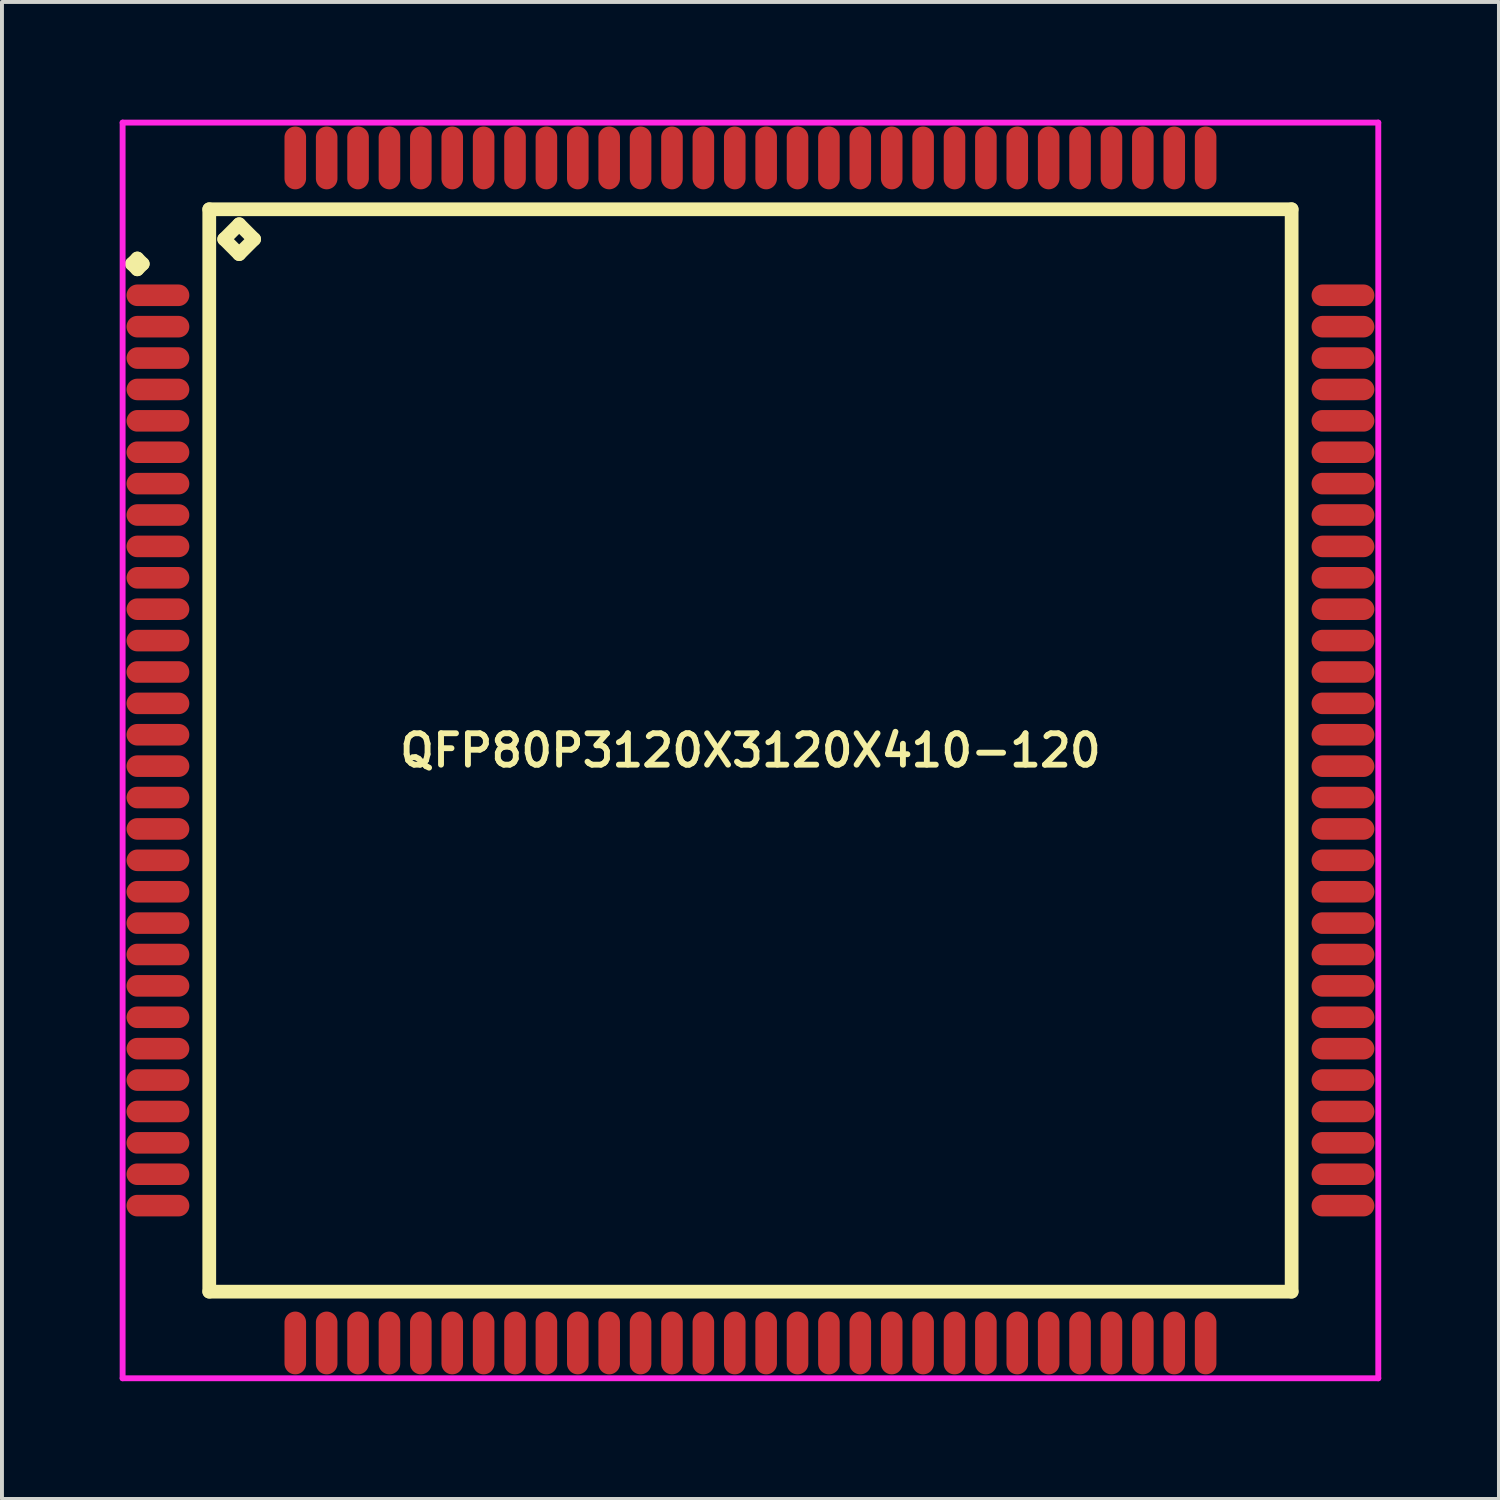
<source format=kicad_pcb>
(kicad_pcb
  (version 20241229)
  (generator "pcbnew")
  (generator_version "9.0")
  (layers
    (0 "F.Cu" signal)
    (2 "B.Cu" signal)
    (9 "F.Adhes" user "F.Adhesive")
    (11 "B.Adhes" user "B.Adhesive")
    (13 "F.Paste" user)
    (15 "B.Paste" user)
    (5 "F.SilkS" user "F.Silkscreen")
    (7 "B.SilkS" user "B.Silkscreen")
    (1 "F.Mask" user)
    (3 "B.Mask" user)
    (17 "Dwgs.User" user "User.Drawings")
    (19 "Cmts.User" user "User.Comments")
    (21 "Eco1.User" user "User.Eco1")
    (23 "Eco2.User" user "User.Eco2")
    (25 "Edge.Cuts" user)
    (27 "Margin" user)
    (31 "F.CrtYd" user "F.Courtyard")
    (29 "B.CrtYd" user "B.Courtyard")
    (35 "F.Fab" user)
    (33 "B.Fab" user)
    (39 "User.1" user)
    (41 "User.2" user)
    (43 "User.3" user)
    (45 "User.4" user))
  (footprint "QFP80P3120X3120X410-120"
    (layer "F.Cu")
    (at 16.075 16.075)
    (property "Reference" "QFP80P3120X3120X410-120" (at 0 0 0) (layer "F.SilkS") (effects (font (size 0.8 0.8) (thickness 0.15))))
    (attr smd)
    (fp_line (start -15.762 -12.4) (end -15.625 -12.537) (stroke (width 0.35) (type solid)) (layer "F.SilkS"))
    (fp_line (start -15.625 -12.537) (end -15.488 -12.4) (stroke (width 0.35) (type solid)) (layer "F.SilkS"))
    (fp_line (start -15.625 -12.262) (end -15.762 -12.4) (stroke (width 0.35) (type solid)) (layer "F.SilkS"))
    (fp_line (start -15.488 -12.4) (end -15.625 -12.262) (stroke (width 0.35) (type solid)) (layer "F.SilkS"))
    (fp_line (start -13.792 -13.792) (end -13.792 13.792) (stroke (width 0.35) (type solid)) (layer "F.SilkS"))
    (fp_line (start -13.792 13.792) (end 13.792 13.792) (stroke (width 0.35) (type solid)) (layer "F.SilkS"))
    (fp_line (start -13.411 -13.03) (end -13.03 -13.411) (stroke (width 0.35) (type solid)) (layer "F.SilkS"))
    (fp_line (start -13.03 -13.411) (end -12.649 -13.03) (stroke (width 0.35) (type solid)) (layer "F.SilkS"))
    (fp_line (start -13.03 -12.649) (end -13.411 -13.03) (stroke (width 0.35) (type solid)) (layer "F.SilkS"))
    (fp_line (start -12.649 -13.03) (end -13.03 -12.649) (stroke (width 0.35) (type solid)) (layer "F.SilkS"))
    (fp_line (start 13.792 -13.792) (end -13.792 -13.792) (stroke (width 0.35) (type solid)) (layer "F.SilkS"))
    (fp_line (start 13.792 13.792) (end 13.792 -13.792) (stroke (width 0.35) (type solid)) (layer "F.SilkS"))
    (fp_line (start -16 -16) (end 16 -16) (stroke (width 0.15) (type solid)) (layer "F.CrtYd"))
    (fp_line (start -16 16) (end -16 -16) (stroke (width 0.15) (type solid)) (layer "F.CrtYd"))
    (fp_line (start 16 -16) (end 16 16) (stroke (width 0.15) (type solid)) (layer "F.CrtYd"))
    (fp_line (start 16 16) (end -16 16) (stroke (width 0.15) (type solid)) (layer "F.CrtYd"))
    (pad "1" smd oval (at -15.1 -11.6) (size 1.6 0.55) (layers "F.Cu" "F.Mask" "F.Paste"))
    (pad "2" smd oval (at -15.1 -10.8) (size 1.6 0.55) (layers "F.Cu" "F.Mask" "F.Paste"))
    (pad "3" smd oval (at -15.1 -10) (size 1.6 0.55) (layers "F.Cu" "F.Mask" "F.Paste"))
    (pad "4" smd oval (at -15.1 -9.2) (size 1.6 0.55) (layers "F.Cu" "F.Mask" "F.Paste"))
    (pad "5" smd oval (at -15.1 -8.4) (size 1.6 0.55) (layers "F.Cu" "F.Mask" "F.Paste"))
    (pad "6" smd oval (at -15.1 -7.6) (size 1.6 0.55) (layers "F.Cu" "F.Mask" "F.Paste"))
    (pad "7" smd oval (at -15.1 -6.8) (size 1.6 0.55) (layers "F.Cu" "F.Mask" "F.Paste"))
    (pad "8" smd oval (at -15.1 -6) (size 1.6 0.55) (layers "F.Cu" "F.Mask" "F.Paste"))
    (pad "9" smd oval (at -15.1 -5.2) (size 1.6 0.55) (layers "F.Cu" "F.Mask" "F.Paste"))
    (pad "10" smd oval (at -15.1 -4.4) (size 1.6 0.55) (layers "F.Cu" "F.Mask" "F.Paste"))
    (pad "11" smd oval (at -15.1 -3.6) (size 1.6 0.55) (layers "F.Cu" "F.Mask" "F.Paste"))
    (pad "12" smd oval (at -15.1 -2.8) (size 1.6 0.55) (layers "F.Cu" "F.Mask" "F.Paste"))
    (pad "13" smd oval (at -15.1 -2) (size 1.6 0.55) (layers "F.Cu" "F.Mask" "F.Paste"))
    (pad "14" smd oval (at -15.1 -1.2) (size 1.6 0.55) (layers "F.Cu" "F.Mask" "F.Paste"))
    (pad "15" smd oval (at -15.1 -0.4) (size 1.6 0.55) (layers "F.Cu" "F.Mask" "F.Paste"))
    (pad "16" smd oval (at -15.1 0.4) (size 1.6 0.55) (layers "F.Cu" "F.Mask" "F.Paste"))
    (pad "17" smd oval (at -15.1 1.2) (size 1.6 0.55) (layers "F.Cu" "F.Mask" "F.Paste"))
    (pad "18" smd oval (at -15.1 2) (size 1.6 0.55) (layers "F.Cu" "F.Mask" "F.Paste"))
    (pad "19" smd oval (at -15.1 2.8) (size 1.6 0.55) (layers "F.Cu" "F.Mask" "F.Paste"))
    (pad "20" smd oval (at -15.1 3.6) (size 1.6 0.55) (layers "F.Cu" "F.Mask" "F.Paste"))
    (pad "21" smd oval (at -15.1 4.4) (size 1.6 0.55) (layers "F.Cu" "F.Mask" "F.Paste"))
    (pad "22" smd oval (at -15.1 5.2) (size 1.6 0.55) (layers "F.Cu" "F.Mask" "F.Paste"))
    (pad "23" smd oval (at -15.1 6) (size 1.6 0.55) (layers "F.Cu" "F.Mask" "F.Paste"))
    (pad "24" smd oval (at -15.1 6.8) (size 1.6 0.55) (layers "F.Cu" "F.Mask" "F.Paste"))
    (pad "25" smd oval (at -15.1 7.6) (size 1.6 0.55) (layers "F.Cu" "F.Mask" "F.Paste"))
    (pad "26" smd oval (at -15.1 8.4) (size 1.6 0.55) (layers "F.Cu" "F.Mask" "F.Paste"))
    (pad "27" smd oval (at -15.1 9.2) (size 1.6 0.55) (layers "F.Cu" "F.Mask" "F.Paste"))
    (pad "28" smd oval (at -15.1 10) (size 1.6 0.55) (layers "F.Cu" "F.Mask" "F.Paste"))
    (pad "29" smd oval (at -15.1 10.8) (size 1.6 0.55) (layers "F.Cu" "F.Mask" "F.Paste"))
    (pad "30" smd oval (at -15.1 11.6) (size 1.6 0.55) (layers "F.Cu" "F.Mask" "F.Paste"))
    (pad "31" smd oval (at -11.6 15.1) (size 0.55 1.6) (layers "F.Cu" "F.Mask" "F.Paste"))
    (pad "32" smd oval (at -10.8 15.1) (size 0.55 1.6) (layers "F.Cu" "F.Mask" "F.Paste"))
    (pad "33" smd oval (at -10 15.1) (size 0.55 1.6) (layers "F.Cu" "F.Mask" "F.Paste"))
    (pad "34" smd oval (at -9.2 15.1) (size 0.55 1.6) (layers "F.Cu" "F.Mask" "F.Paste"))
    (pad "35" smd oval (at -8.4 15.1) (size 0.55 1.6) (layers "F.Cu" "F.Mask" "F.Paste"))
    (pad "36" smd oval (at -7.6 15.1) (size 0.55 1.6) (layers "F.Cu" "F.Mask" "F.Paste"))
    (pad "37" smd oval (at -6.8 15.1) (size 0.55 1.6) (layers "F.Cu" "F.Mask" "F.Paste"))
    (pad "38" smd oval (at -6 15.1) (size 0.55 1.6) (layers "F.Cu" "F.Mask" "F.Paste"))
    (pad "39" smd oval (at -5.2 15.1) (size 0.55 1.6) (layers "F.Cu" "F.Mask" "F.Paste"))
    (pad "40" smd oval (at -4.4 15.1) (size 0.55 1.6) (layers "F.Cu" "F.Mask" "F.Paste"))
    (pad "41" smd oval (at -3.6 15.1) (size 0.55 1.6) (layers "F.Cu" "F.Mask" "F.Paste"))
    (pad "42" smd oval (at -2.8 15.1) (size 0.55 1.6) (layers "F.Cu" "F.Mask" "F.Paste"))
    (pad "43" smd oval (at -2 15.1) (size 0.55 1.6) (layers "F.Cu" "F.Mask" "F.Paste"))
    (pad "44" smd oval (at -1.2 15.1) (size 0.55 1.6) (layers "F.Cu" "F.Mask" "F.Paste"))
    (pad "45" smd oval (at -0.4 15.1) (size 0.55 1.6) (layers "F.Cu" "F.Mask" "F.Paste"))
    (pad "46" smd oval (at 0.4 15.1) (size 0.55 1.6) (layers "F.Cu" "F.Mask" "F.Paste"))
    (pad "47" smd oval (at 1.2 15.1) (size 0.55 1.6) (layers "F.Cu" "F.Mask" "F.Paste"))
    (pad "48" smd oval (at 2 15.1) (size 0.55 1.6) (layers "F.Cu" "F.Mask" "F.Paste"))
    (pad "49" smd oval (at 2.8 15.1) (size 0.55 1.6) (layers "F.Cu" "F.Mask" "F.Paste"))
    (pad "50" smd oval (at 3.6 15.1) (size 0.55 1.6) (layers "F.Cu" "F.Mask" "F.Paste"))
    (pad "51" smd oval (at 4.4 15.1) (size 0.55 1.6) (layers "F.Cu" "F.Mask" "F.Paste"))
    (pad "52" smd oval (at 5.2 15.1) (size 0.55 1.6) (layers "F.Cu" "F.Mask" "F.Paste"))
    (pad "53" smd oval (at 6 15.1) (size 0.55 1.6) (layers "F.Cu" "F.Mask" "F.Paste"))
    (pad "54" smd oval (at 6.8 15.1) (size 0.55 1.6) (layers "F.Cu" "F.Mask" "F.Paste"))
    (pad "55" smd oval (at 7.6 15.1) (size 0.55 1.6) (layers "F.Cu" "F.Mask" "F.Paste"))
    (pad "56" smd oval (at 8.4 15.1) (size 0.55 1.6) (layers "F.Cu" "F.Mask" "F.Paste"))
    (pad "57" smd oval (at 9.2 15.1) (size 0.55 1.6) (layers "F.Cu" "F.Mask" "F.Paste"))
    (pad "58" smd oval (at 10 15.1) (size 0.55 1.6) (layers "F.Cu" "F.Mask" "F.Paste"))
    (pad "59" smd oval (at 10.8 15.1) (size 0.55 1.6) (layers "F.Cu" "F.Mask" "F.Paste"))
    (pad "60" smd oval (at 11.6 15.1) (size 0.55 1.6) (layers "F.Cu" "F.Mask" "F.Paste"))
    (pad "61" smd oval (at 15.1 11.6) (size 1.6 0.55) (layers "F.Cu" "F.Mask" "F.Paste"))
    (pad "62" smd oval (at 15.1 10.8) (size 1.6 0.55) (layers "F.Cu" "F.Mask" "F.Paste"))
    (pad "63" smd oval (at 15.1 10) (size 1.6 0.55) (layers "F.Cu" "F.Mask" "F.Paste"))
    (pad "64" smd oval (at 15.1 9.2) (size 1.6 0.55) (layers "F.Cu" "F.Mask" "F.Paste"))
    (pad "65" smd oval (at 15.1 8.4) (size 1.6 0.55) (layers "F.Cu" "F.Mask" "F.Paste"))
    (pad "66" smd oval (at 15.1 7.6) (size 1.6 0.55) (layers "F.Cu" "F.Mask" "F.Paste"))
    (pad "67" smd oval (at 15.1 6.8) (size 1.6 0.55) (layers "F.Cu" "F.Mask" "F.Paste"))
    (pad "68" smd oval (at 15.1 6) (size 1.6 0.55) (layers "F.Cu" "F.Mask" "F.Paste"))
    (pad "69" smd oval (at 15.1 5.2) (size 1.6 0.55) (layers "F.Cu" "F.Mask" "F.Paste"))
    (pad "70" smd oval (at 15.1 4.4) (size 1.6 0.55) (layers "F.Cu" "F.Mask" "F.Paste"))
    (pad "71" smd oval (at 15.1 3.6) (size 1.6 0.55) (layers "F.Cu" "F.Mask" "F.Paste"))
    (pad "72" smd oval (at 15.1 2.8) (size 1.6 0.55) (layers "F.Cu" "F.Mask" "F.Paste"))
    (pad "73" smd oval (at 15.1 2) (size 1.6 0.55) (layers "F.Cu" "F.Mask" "F.Paste"))
    (pad "74" smd oval (at 15.1 1.2) (size 1.6 0.55) (layers "F.Cu" "F.Mask" "F.Paste"))
    (pad "75" smd oval (at 15.1 0.4) (size 1.6 0.55) (layers "F.Cu" "F.Mask" "F.Paste"))
    (pad "76" smd oval (at 15.1 -0.4) (size 1.6 0.55) (layers "F.Cu" "F.Mask" "F.Paste"))
    (pad "77" smd oval (at 15.1 -1.2) (size 1.6 0.55) (layers "F.Cu" "F.Mask" "F.Paste"))
    (pad "78" smd oval (at 15.1 -2) (size 1.6 0.55) (layers "F.Cu" "F.Mask" "F.Paste"))
    (pad "79" smd oval (at 15.1 -2.8) (size 1.6 0.55) (layers "F.Cu" "F.Mask" "F.Paste"))
    (pad "80" smd oval (at 15.1 -3.6) (size 1.6 0.55) (layers "F.Cu" "F.Mask" "F.Paste"))
    (pad "81" smd oval (at 15.1 -4.4) (size 1.6 0.55) (layers "F.Cu" "F.Mask" "F.Paste"))
    (pad "82" smd oval (at 15.1 -5.2) (size 1.6 0.55) (layers "F.Cu" "F.Mask" "F.Paste"))
    (pad "83" smd oval (at 15.1 -6) (size 1.6 0.55) (layers "F.Cu" "F.Mask" "F.Paste"))
    (pad "84" smd oval (at 15.1 -6.8) (size 1.6 0.55) (layers "F.Cu" "F.Mask" "F.Paste"))
    (pad "85" smd oval (at 15.1 -7.6) (size 1.6 0.55) (layers "F.Cu" "F.Mask" "F.Paste"))
    (pad "86" smd oval (at 15.1 -8.4) (size 1.6 0.55) (layers "F.Cu" "F.Mask" "F.Paste"))
    (pad "87" smd oval (at 15.1 -9.2) (size 1.6 0.55) (layers "F.Cu" "F.Mask" "F.Paste"))
    (pad "88" smd oval (at 15.1 -10) (size 1.6 0.55) (layers "F.Cu" "F.Mask" "F.Paste"))
    (pad "89" smd oval (at 15.1 -10.8) (size 1.6 0.55) (layers "F.Cu" "F.Mask" "F.Paste"))
    (pad "90" smd oval (at 15.1 -11.6) (size 1.6 0.55) (layers "F.Cu" "F.Mask" "F.Paste"))
    (pad "91" smd oval (at 11.6 -15.1) (size 0.55 1.6) (layers "F.Cu" "F.Mask" "F.Paste"))
    (pad "92" smd oval (at 10.8 -15.1) (size 0.55 1.6) (layers "F.Cu" "F.Mask" "F.Paste"))
    (pad "93" smd oval (at 10 -15.1) (size 0.55 1.6) (layers "F.Cu" "F.Mask" "F.Paste"))
    (pad "94" smd oval (at 9.2 -15.1) (size 0.55 1.6) (layers "F.Cu" "F.Mask" "F.Paste"))
    (pad "95" smd oval (at 8.4 -15.1) (size 0.55 1.6) (layers "F.Cu" "F.Mask" "F.Paste"))
    (pad "96" smd oval (at 7.6 -15.1) (size 0.55 1.6) (layers "F.Cu" "F.Mask" "F.Paste"))
    (pad "97" smd oval (at 6.8 -15.1) (size 0.55 1.6) (layers "F.Cu" "F.Mask" "F.Paste"))
    (pad "98" smd oval (at 6 -15.1) (size 0.55 1.6) (layers "F.Cu" "F.Mask" "F.Paste"))
    (pad "99" smd oval (at 5.2 -15.1) (size 0.55 1.6) (layers "F.Cu" "F.Mask" "F.Paste"))
    (pad "100" smd oval (at 4.4 -15.1) (size 0.55 1.6) (layers "F.Cu" "F.Mask" "F.Paste"))
    (pad "101" smd oval (at 3.6 -15.1) (size 0.55 1.6) (layers "F.Cu" "F.Mask" "F.Paste"))
    (pad "102" smd oval (at 2.8 -15.1) (size 0.55 1.6) (layers "F.Cu" "F.Mask" "F.Paste"))
    (pad "103" smd oval (at 2 -15.1) (size 0.55 1.6) (layers "F.Cu" "F.Mask" "F.Paste"))
    (pad "104" smd oval (at 1.2 -15.1) (size 0.55 1.6) (layers "F.Cu" "F.Mask" "F.Paste"))
    (pad "105" smd oval (at 0.4 -15.1) (size 0.55 1.6) (layers "F.Cu" "F.Mask" "F.Paste"))
    (pad "106" smd oval (at -0.4 -15.1) (size 0.55 1.6) (layers "F.Cu" "F.Mask" "F.Paste"))
    (pad "107" smd oval (at -1.2 -15.1) (size 0.55 1.6) (layers "F.Cu" "F.Mask" "F.Paste"))
    (pad "108" smd oval (at -2 -15.1) (size 0.55 1.6) (layers "F.Cu" "F.Mask" "F.Paste"))
    (pad "109" smd oval (at -2.8 -15.1) (size 0.55 1.6) (layers "F.Cu" "F.Mask" "F.Paste"))
    (pad "110" smd oval (at -3.6 -15.1) (size 0.55 1.6) (layers "F.Cu" "F.Mask" "F.Paste"))
    (pad "111" smd oval (at -4.4 -15.1) (size 0.55 1.6) (layers "F.Cu" "F.Mask" "F.Paste"))
    (pad "112" smd oval (at -5.2 -15.1) (size 0.55 1.6) (layers "F.Cu" "F.Mask" "F.Paste"))
    (pad "113" smd oval (at -6 -15.1) (size 0.55 1.6) (layers "F.Cu" "F.Mask" "F.Paste"))
    (pad "114" smd oval (at -6.8 -15.1) (size 0.55 1.6) (layers "F.Cu" "F.Mask" "F.Paste"))
    (pad "115" smd oval (at -7.6 -15.1) (size 0.55 1.6) (layers "F.Cu" "F.Mask" "F.Paste"))
    (pad "116" smd oval (at -8.4 -15.1) (size 0.55 1.6) (layers "F.Cu" "F.Mask" "F.Paste"))
    (pad "117" smd oval (at -9.2 -15.1) (size 0.55 1.6) (layers "F.Cu" "F.Mask" "F.Paste"))
    (pad "118" smd oval (at -10 -15.1) (size 0.55 1.6) (layers "F.Cu" "F.Mask" "F.Paste"))
    (pad "119" smd oval (at -10.8 -15.1) (size 0.55 1.6) (layers "F.Cu" "F.Mask" "F.Paste"))
    (pad "120" smd oval (at -11.6 -15.1) (size 0.55 1.6) (layers "F.Cu" "F.Mask" "F.Paste")))
  (gr_rect
    (start -3 -3)
    (end 35.15 35.15)
    (stroke (width 0.1) (type default))
    (fill no)
    (layer "Edge.Cuts")))
</source>
